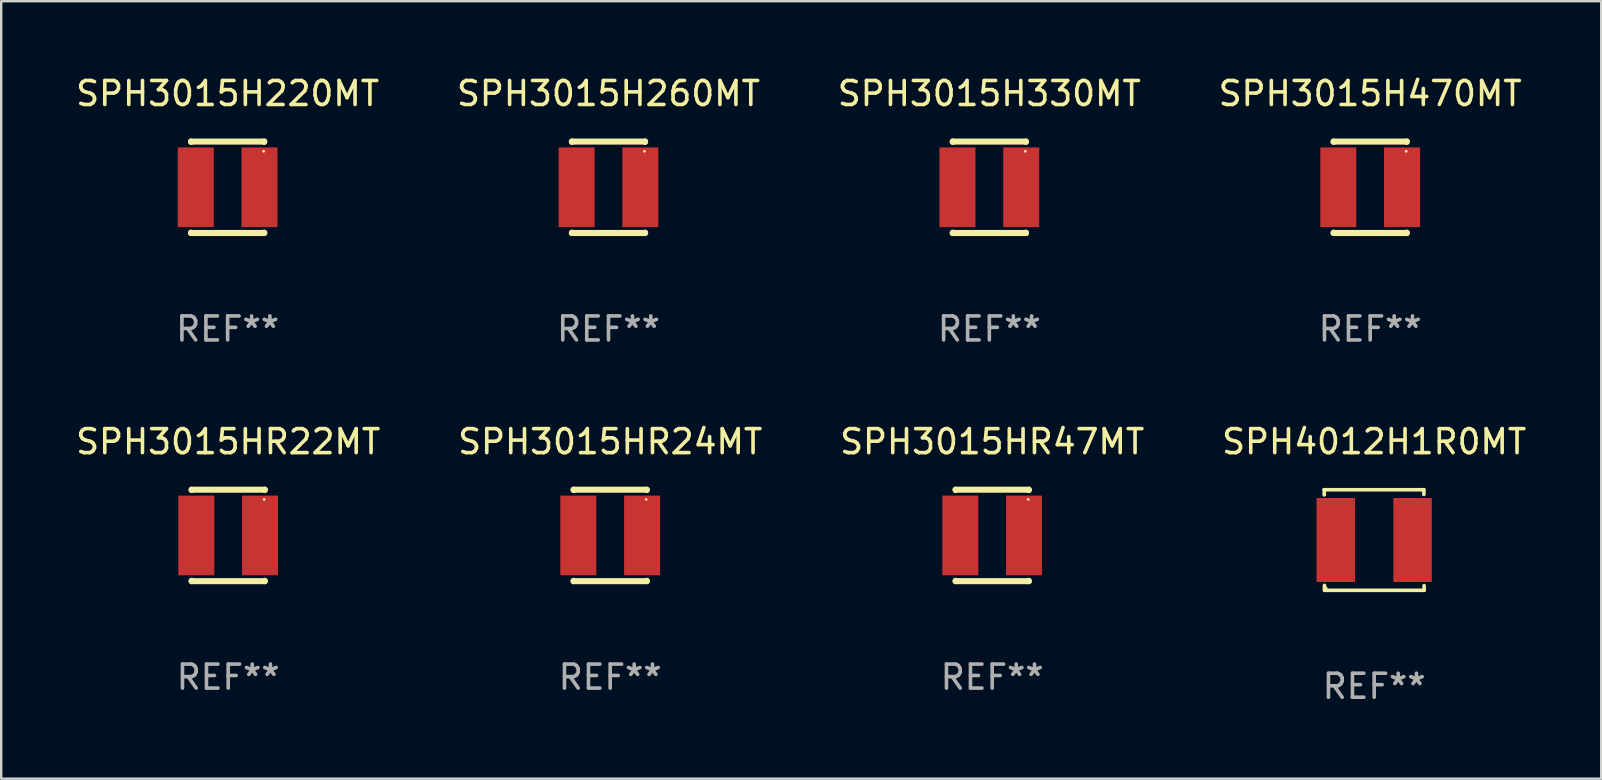
<source format=kicad_pcb>
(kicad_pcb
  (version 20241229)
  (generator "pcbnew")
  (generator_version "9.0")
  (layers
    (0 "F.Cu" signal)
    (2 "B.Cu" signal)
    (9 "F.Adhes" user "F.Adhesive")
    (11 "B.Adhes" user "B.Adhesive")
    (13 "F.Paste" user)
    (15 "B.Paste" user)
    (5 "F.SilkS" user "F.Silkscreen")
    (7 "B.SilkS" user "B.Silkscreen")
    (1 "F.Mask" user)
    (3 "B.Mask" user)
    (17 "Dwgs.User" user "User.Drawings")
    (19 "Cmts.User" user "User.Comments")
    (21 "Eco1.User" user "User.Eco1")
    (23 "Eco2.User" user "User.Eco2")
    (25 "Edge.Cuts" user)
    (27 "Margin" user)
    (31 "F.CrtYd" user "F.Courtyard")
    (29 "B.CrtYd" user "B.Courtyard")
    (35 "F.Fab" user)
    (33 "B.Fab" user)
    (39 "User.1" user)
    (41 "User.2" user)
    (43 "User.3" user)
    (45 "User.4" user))
  (footprint "SPH3015H260MT"
    (layer "F.Cu")
    (at 22.304 4.753)
    (property "Reference" "SPH3015H260MT" (at 0 -3.905 0) (layer "F.SilkS") (effects (font (size 1 1) (thickness 0.15))))
    (attr through_hole)
    (fp_line (start -1.524 -1.905) (end 1.524 -1.905) (stroke (width 0.254) (type solid)) (layer "F.SilkS"))
    (fp_line (start -1.524 -1.891) (end -1.524 -1.905) (stroke (width 0.254) (type solid)) (layer "F.SilkS"))
    (fp_line (start -1.524 1.905) (end -1.524 1.891) (stroke (width 0.254) (type solid)) (layer "F.SilkS"))
    (fp_line (start -1.524 1.905) (end 1.524 1.905) (stroke (width 0.254) (type solid)) (layer "F.SilkS"))
    (fp_line (start 1.524 -1.905) (end 1.524 -1.891) (stroke (width 0.254) (type solid)) (layer "F.SilkS"))
    (fp_line (start 1.524 1.891) (end 1.524 1.905) (stroke (width 0.254) (type solid)) (layer "F.SilkS"))
    (fp_circle (center 1.5 -1.5) (end 1.53 -1.5) (stroke (width 0.06) (type solid)) (fill no) (layer "F.SilkS"))
    (fp_text user "REF**" (at 0 5.905 0) (layer "F.Fab") (effects (font (size 1 1) (thickness 0.15))))
    (pad "1" smd rect (at 1.328 0) (size 1.5 3.32) (layers "F.Cu" "F.Mask" "F.Paste"))
    (pad "2" smd rect (at -1.328 0) (size 1.5 3.32) (layers "F.Cu" "F.Mask" "F.Paste")))
  (footprint "SPH3015HR22MT"
    (layer "F.Cu")
    (at 6.458 19.26)
    (property "Reference" "SPH3015HR22MT" (at 0 -3.905 0) (layer "F.SilkS") (effects (font (size 1 1) (thickness 0.15))))
    (attr through_hole)
    (fp_line (start -1.524 -1.905) (end 1.524 -1.905) (stroke (width 0.254) (type solid)) (layer "F.SilkS"))
    (fp_line (start -1.524 -1.891) (end -1.524 -1.905) (stroke (width 0.254) (type solid)) (layer "F.SilkS"))
    (fp_line (start -1.524 1.905) (end -1.524 1.891) (stroke (width 0.254) (type solid)) (layer "F.SilkS"))
    (fp_line (start -1.524 1.905) (end 1.524 1.905) (stroke (width 0.254) (type solid)) (layer "F.SilkS"))
    (fp_line (start 1.524 -1.905) (end 1.524 -1.891) (stroke (width 0.254) (type solid)) (layer "F.SilkS"))
    (fp_line (start 1.524 1.891) (end 1.524 1.905) (stroke (width 0.254) (type solid)) (layer "F.SilkS"))
    (fp_circle (center 1.5 -1.5) (end 1.53 -1.5) (stroke (width 0.06) (type solid)) (fill no) (layer "F.SilkS"))
    (fp_text user "REF**" (at 0 5.905 0) (layer "F.Fab") (effects (font (size 1 1) (thickness 0.15))))
    (pad "1" smd rect (at 1.328 0) (size 1.5 3.32) (layers "F.Cu" "F.Mask" "F.Paste"))
    (pad "2" smd rect (at -1.328 0) (size 1.5 3.32) (layers "F.Cu" "F.Mask" "F.Paste")))
  (footprint "SPH3015H330MT"
    (layer "F.Cu")
    (at 38.173 4.753)
    (property "Reference" "SPH3015H330MT" (at 0 -3.905 0) (layer "F.SilkS") (effects (font (size 1 1) (thickness 0.15))))
    (attr through_hole)
    (fp_line (start -1.524 -1.905) (end 1.524 -1.905) (stroke (width 0.254) (type solid)) (layer "F.SilkS"))
    (fp_line (start -1.524 -1.891) (end -1.524 -1.905) (stroke (width 0.254) (type solid)) (layer "F.SilkS"))
    (fp_line (start -1.524 1.905) (end -1.524 1.891) (stroke (width 0.254) (type solid)) (layer "F.SilkS"))
    (fp_line (start -1.524 1.905) (end 1.524 1.905) (stroke (width 0.254) (type solid)) (layer "F.SilkS"))
    (fp_line (start 1.524 -1.905) (end 1.524 -1.891) (stroke (width 0.254) (type solid)) (layer "F.SilkS"))
    (fp_line (start 1.524 1.891) (end 1.524 1.905) (stroke (width 0.254) (type solid)) (layer "F.SilkS"))
    (fp_circle (center 1.5 -1.5) (end 1.53 -1.5) (stroke (width 0.06) (type solid)) (fill no) (layer "F.SilkS"))
    (fp_text user "REF**" (at 0 5.905 0) (layer "F.Fab") (effects (font (size 1 1) (thickness 0.15))))
    (pad "1" smd rect (at 1.328 0) (size 1.5 3.32) (layers "F.Cu" "F.Mask" "F.Paste"))
    (pad "2" smd rect (at -1.328 0) (size 1.5 3.32) (layers "F.Cu" "F.Mask" "F.Paste")))
  (footprint "SPH3015HR47MT"
    (layer "F.Cu")
    (at 38.292 19.26)
    (property "Reference" "SPH3015HR47MT" (at 0 -3.905 0) (layer "F.SilkS") (effects (font (size 1 1) (thickness 0.15))))
    (attr through_hole)
    (fp_line (start -1.524 -1.905) (end 1.524 -1.905) (stroke (width 0.254) (type solid)) (layer "F.SilkS"))
    (fp_line (start -1.524 -1.891) (end -1.524 -1.905) (stroke (width 0.254) (type solid)) (layer "F.SilkS"))
    (fp_line (start -1.524 1.905) (end -1.524 1.891) (stroke (width 0.254) (type solid)) (layer "F.SilkS"))
    (fp_line (start -1.524 1.905) (end 1.524 1.905) (stroke (width 0.254) (type solid)) (layer "F.SilkS"))
    (fp_line (start 1.524 -1.905) (end 1.524 -1.891) (stroke (width 0.254) (type solid)) (layer "F.SilkS"))
    (fp_line (start 1.524 1.891) (end 1.524 1.905) (stroke (width 0.254) (type solid)) (layer "F.SilkS"))
    (fp_circle (center 1.5 -1.5) (end 1.53 -1.5) (stroke (width 0.06) (type solid)) (fill no) (layer "F.SilkS"))
    (fp_text user "REF**" (at 0 5.905 0) (layer "F.Fab") (effects (font (size 1 1) (thickness 0.15))))
    (pad "1" smd rect (at 1.328 0) (size 1.5 3.32) (layers "F.Cu" "F.Mask" "F.Paste"))
    (pad "2" smd rect (at -1.328 0) (size 1.5 3.32) (layers "F.Cu" "F.Mask" "F.Paste")))
  (footprint "SPH3015H470MT"
    (layer "F.Cu")
    (at 54.042 4.753)
    (property "Reference" "SPH3015H470MT" (at 0 -3.905 0) (layer "F.SilkS") (effects (font (size 1 1) (thickness 0.15))))
    (attr through_hole)
    (fp_line (start -1.524 -1.905) (end 1.524 -1.905) (stroke (width 0.254) (type solid)) (layer "F.SilkS"))
    (fp_line (start -1.524 -1.891) (end -1.524 -1.905) (stroke (width 0.254) (type solid)) (layer "F.SilkS"))
    (fp_line (start -1.524 1.905) (end -1.524 1.891) (stroke (width 0.254) (type solid)) (layer "F.SilkS"))
    (fp_line (start -1.524 1.905) (end 1.524 1.905) (stroke (width 0.254) (type solid)) (layer "F.SilkS"))
    (fp_line (start 1.524 -1.905) (end 1.524 -1.891) (stroke (width 0.254) (type solid)) (layer "F.SilkS"))
    (fp_line (start 1.524 1.891) (end 1.524 1.905) (stroke (width 0.254) (type solid)) (layer "F.SilkS"))
    (fp_circle (center 1.5 -1.5) (end 1.53 -1.5) (stroke (width 0.06) (type solid)) (fill no) (layer "F.SilkS"))
    (fp_text user "REF**" (at 0 5.905 0) (layer "F.Fab") (effects (font (size 1 1) (thickness 0.15))))
    (pad "1" smd rect (at 1.328 0) (size 1.5 3.32) (layers "F.Cu" "F.Mask" "F.Paste"))
    (pad "2" smd rect (at -1.328 0) (size 1.5 3.32) (layers "F.Cu" "F.Mask" "F.Paste")))
  (footprint "SPH4012H1R0MT"
    (layer "F.Cu")
    (at 54.208 19.451)
    (property "Reference" "SPH4012H1R0MT" (at 0 -4.096 0) (layer "F.SilkS") (effects (font (size 1 1) (thickness 0.15))))
    (attr through_hole)
    (fp_line (start -2.083 -2.096) (end -2.08 -1.88) (stroke (width 0.15) (type solid)) (layer "F.SilkS"))
    (fp_line (start -2.07 1.89) (end -2.07 2.096) (stroke (width 0.15) (type solid)) (layer "F.SilkS"))
    (fp_line (start -2.07 2.096) (end 2.083 2.096) (stroke (width 0.15) (type solid)) (layer "F.SilkS"))
    (fp_line (start 2.07 -1.9) (end 2.07 -2.096) (stroke (width 0.15) (type solid)) (layer "F.SilkS"))
    (fp_line (start 2.07 -2.096) (end -2.083 -2.096) (stroke (width 0.15) (type solid)) (layer "F.SilkS"))
    (fp_line (start 2.083 2.096) (end 2.08 1.9) (stroke (width 0.15) (type solid)) (layer "F.SilkS"))
    (fp_circle (center -2 2) (end -1.97 2) (stroke (width 0.06) (type solid)) (fill no) (layer "F.SilkS"))
    (fp_text user "REF**" (at 0 6.096 0) (layer "F.Fab") (effects (font (size 1 1) (thickness 0.15))))
    (pad "1" smd rect (at -1.6 -0.000343) (size 1.6 3.5) (layers "F.Cu" "F.Mask" "F.Paste"))
    (pad "2" smd rect (at 1.6 -0.000343) (size 1.6 3.5) (layers "F.Cu" "F.Mask" "F.Paste")))
  (footprint "SPH3015H220MT"
    (layer "F.Cu")
    (at 6.435 4.753)
    (property "Reference" "SPH3015H220MT" (at 0 -3.905 0) (layer "F.SilkS") (effects (font (size 1 1) (thickness 0.15))))
    (attr through_hole)
    (fp_line (start -1.524 -1.905) (end 1.524 -1.905) (stroke (width 0.254) (type solid)) (layer "F.SilkS"))
    (fp_line (start -1.524 -1.891) (end -1.524 -1.905) (stroke (width 0.254) (type solid)) (layer "F.SilkS"))
    (fp_line (start -1.524 1.905) (end -1.524 1.891) (stroke (width 0.254) (type solid)) (layer "F.SilkS"))
    (fp_line (start -1.524 1.905) (end 1.524 1.905) (stroke (width 0.254) (type solid)) (layer "F.SilkS"))
    (fp_line (start 1.524 -1.905) (end 1.524 -1.891) (stroke (width 0.254) (type solid)) (layer "F.SilkS"))
    (fp_line (start 1.524 1.891) (end 1.524 1.905) (stroke (width 0.254) (type solid)) (layer "F.SilkS"))
    (fp_circle (center 1.5 -1.5) (end 1.53 -1.5) (stroke (width 0.06) (type solid)) (fill no) (layer "F.SilkS"))
    (fp_text user "REF**" (at 0 5.905 0) (layer "F.Fab") (effects (font (size 1 1) (thickness 0.15))))
    (pad "1" smd rect (at 1.328 0) (size 1.5 3.32) (layers "F.Cu" "F.Mask" "F.Paste"))
    (pad "2" smd rect (at -1.328 0) (size 1.5 3.32) (layers "F.Cu" "F.Mask" "F.Paste")))
  (footprint "SPH3015HR24MT"
    (layer "F.Cu")
    (at 22.375 19.26)
    (property "Reference" "SPH3015HR24MT" (at 0 -3.905 0) (layer "F.SilkS") (effects (font (size 1 1) (thickness 0.15))))
    (attr through_hole)
    (fp_line (start -1.524 -1.905) (end 1.524 -1.905) (stroke (width 0.254) (type solid)) (layer "F.SilkS"))
    (fp_line (start -1.524 -1.891) (end -1.524 -1.905) (stroke (width 0.254) (type solid)) (layer "F.SilkS"))
    (fp_line (start -1.524 1.905) (end -1.524 1.891) (stroke (width 0.254) (type solid)) (layer "F.SilkS"))
    (fp_line (start -1.524 1.905) (end 1.524 1.905) (stroke (width 0.254) (type solid)) (layer "F.SilkS"))
    (fp_line (start 1.524 -1.905) (end 1.524 -1.891) (stroke (width 0.254) (type solid)) (layer "F.SilkS"))
    (fp_line (start 1.524 1.891) (end 1.524 1.905) (stroke (width 0.254) (type solid)) (layer "F.SilkS"))
    (fp_circle (center 1.5 -1.5) (end 1.53 -1.5) (stroke (width 0.06) (type solid)) (fill no) (layer "F.SilkS"))
    (fp_text user "REF**" (at 0 5.905 0) (layer "F.Fab") (effects (font (size 1 1) (thickness 0.15))))
    (pad "1" smd rect (at 1.328 0) (size 1.5 3.32) (layers "F.Cu" "F.Mask" "F.Paste"))
    (pad "2" smd rect (at -1.328 0) (size 1.5 3.32) (layers "F.Cu" "F.Mask" "F.Paste")))
  (gr_rect
    (start -3 -3)
    (end 63.667 29.395)
    (stroke (width 0.1) (type default))
    (fill no)
    (layer "Edge.Cuts")))
</source>
